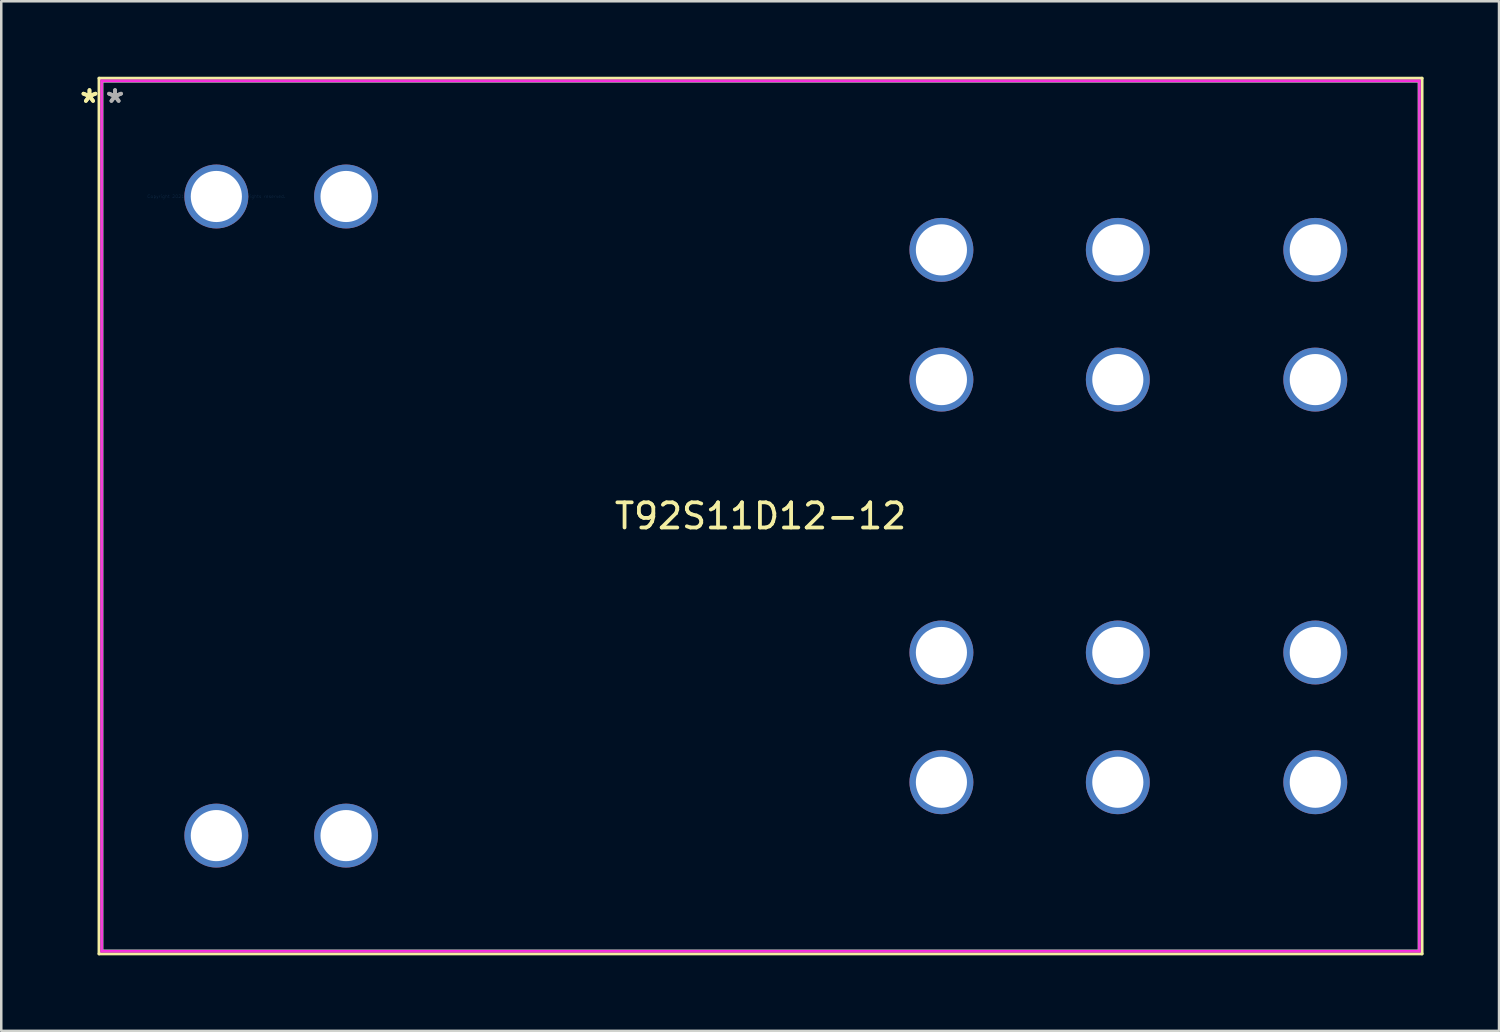
<source format=kicad_pcb>
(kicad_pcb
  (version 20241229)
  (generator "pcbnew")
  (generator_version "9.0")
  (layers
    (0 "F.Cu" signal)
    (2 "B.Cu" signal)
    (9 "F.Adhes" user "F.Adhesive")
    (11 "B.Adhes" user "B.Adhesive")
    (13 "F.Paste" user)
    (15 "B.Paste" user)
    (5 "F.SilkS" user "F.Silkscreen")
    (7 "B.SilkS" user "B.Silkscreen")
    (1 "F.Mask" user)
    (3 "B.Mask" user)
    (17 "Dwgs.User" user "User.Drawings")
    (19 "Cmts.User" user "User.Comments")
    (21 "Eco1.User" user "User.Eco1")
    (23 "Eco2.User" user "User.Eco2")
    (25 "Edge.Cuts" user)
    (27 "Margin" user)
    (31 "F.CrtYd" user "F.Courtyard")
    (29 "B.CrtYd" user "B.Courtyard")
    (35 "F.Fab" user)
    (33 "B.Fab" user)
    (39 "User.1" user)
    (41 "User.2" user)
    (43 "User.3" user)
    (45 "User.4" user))
  (footprint "T92S11D12-12"
    (layer "F.Cu")
    (at 5.548 4.759)
    (property "Reference" "T92S11D12-12" (at 21.628 12.7 0) (layer "F.SilkS") (effects (font (size 1 1) (thickness 0.15))))
    (attr through_hole)
    (fp_line (start -4.661 -4.699) (end -4.661 30.099) (stroke (width 0.12) (type solid)) (layer "F.SilkS"))
    (fp_line (start -4.661 30.099) (end 47.917 30.099) (stroke (width 0.12) (type solid)) (layer "F.SilkS"))
    (fp_line (start 47.917 -4.699) (end -4.661 -4.699) (stroke (width 0.12) (type solid)) (layer "F.SilkS"))
    (fp_line (start 47.917 30.099) (end 47.917 -4.699) (stroke (width 0.12) (type solid)) (layer "F.SilkS"))
    (fp_line (start -4.585 -4.623) (end 47.841 -4.623) (stroke (width 0.05) (type solid)) (layer "F.CrtYd"))
    (fp_line (start -4.585 30.023) (end -4.585 -4.623) (stroke (width 0.05) (type solid)) (layer "F.CrtYd"))
    (fp_line (start -4.534 -4.572) (end 47.79 -4.572) (stroke (width 0.05) (type solid)) (layer "F.CrtYd"))
    (fp_line (start -4.534 29.972) (end -4.534 -4.572) (stroke (width 0.05) (type solid)) (layer "F.CrtYd"))
    (fp_line (start 47.79 -4.572) (end 47.79 29.972) (stroke (width 0.05) (type solid)) (layer "F.CrtYd"))
    (fp_line (start 47.79 29.972) (end -4.534 29.972) (stroke (width 0.05) (type solid)) (layer "F.CrtYd"))
    (fp_line (start 47.841 -4.623) (end 47.841 30.023) (stroke (width 0.05) (type solid)) (layer "F.CrtYd"))
    (fp_line (start 47.841 30.023) (end -4.585 30.023) (stroke (width 0.05) (type solid)) (layer "F.CrtYd"))
    (fp_line (start -4.534 -4.572) (end -4.534 29.972) (stroke (width 0.1) (type solid)) (layer "F.Fab"))
    (fp_line (start -4.534 29.972) (end 47.79 29.972) (stroke (width 0.1) (type solid)) (layer "F.Fab"))
    (fp_line (start 47.79 -4.572) (end -4.534 -4.572) (stroke (width 0.1) (type solid)) (layer "F.Fab"))
    (fp_line (start 47.79 29.972) (end 47.79 -4.572) (stroke (width 0.1) (type solid)) (layer "F.Fab"))
    (fp_text user "*" (at -5.042 -3.683 0) (layer "F.SilkS") (effects (font (size 1 1) (thickness 0.15))))
    (fp_text user "*" (at -5.042 -3.683 0) (layer "F.SilkS") (effects (font (size 1 1) (thickness 0.15))))
    (fp_text user "Copyright 2021 Accelerated Designs. All rights reserved." (at 0 0 0) (layer "Cmts.User") (effects (font (size 0.127 0.127) (thickness 0.002))))
    (fp_text user "*" (at -4.026 -3.683 0) (layer "F.Fab") (effects (font (size 1 1) (thickness 0.15))))
    (fp_text user "*" (at -4.026 -3.683 0) (layer "F.Fab") (effects (font (size 1 1) (thickness 0.15))))
    (pad "0A" thru_hole circle (at 0 0) (size 2.54 2.54) (drill 2.032) (layers "*.Cu" "*.Mask"))
    (pad "0B" thru_hole circle (at 5.156 0) (size 2.54 2.54) (drill 2.032) (layers "*.Cu" "*.Mask"))
    (pad "1A" thru_hole circle (at 0 25.4) (size 2.54 2.54) (drill 2.032) (layers "*.Cu" "*.Mask"))
    (pad "1B" thru_hole circle (at 5.156 25.4) (size 2.54 2.54) (drill 2.032) (layers "*.Cu" "*.Mask"))
    (pad "2A" thru_hole circle (at 43.675 2.121) (size 2.54 2.54) (drill 2.032) (layers "*.Cu" "*.Mask"))
    (pad "2B" thru_hole circle (at 43.675 7.277) (size 2.54 2.54) (drill 2.032) (layers "*.Cu" "*.Mask"))
    (pad "3A" thru_hole circle (at 28.816 2.121) (size 2.54 2.54) (drill 2.032) (layers "*.Cu" "*.Mask"))
    (pad "3B" thru_hole circle (at 28.816 7.277) (size 2.54 2.54) (drill 2.032) (layers "*.Cu" "*.Mask"))
    (pad "4A" thru_hole circle (at 35.827 2.121) (size 2.54 2.54) (drill 2.032) (layers "*.Cu" "*.Mask"))
    (pad "4B" thru_hole circle (at 35.827 7.277) (size 2.54 2.54) (drill 2.032) (layers "*.Cu" "*.Mask"))
    (pad "6A" thru_hole circle (at 43.675 23.279) (size 2.54 2.54) (drill 2.032) (layers "*.Cu" "*.Mask"))
    (pad "6B" thru_hole circle (at 43.675 18.123) (size 2.54 2.54) (drill 2.032) (layers "*.Cu" "*.Mask"))
    (pad "7A" thru_hole circle (at 28.816 23.279) (size 2.54 2.54) (drill 2.032) (layers "*.Cu" "*.Mask"))
    (pad "7B" thru_hole circle (at 28.816 18.123) (size 2.54 2.54) (drill 2.032) (layers "*.Cu" "*.Mask"))
    (pad "8A" thru_hole circle (at 35.827 23.279) (size 2.54 2.54) (drill 2.032) (layers "*.Cu" "*.Mask"))
    (pad "8B" thru_hole circle (at 35.827 18.123) (size 2.54 2.54) (drill 2.032) (layers "*.Cu" "*.Mask")))
  (gr_rect
    (start -3 -3)
    (end 56.525 37.918)
    (stroke (width 0.1) (type default))
    (fill no)
    (layer "Edge.Cuts")))
</source>
